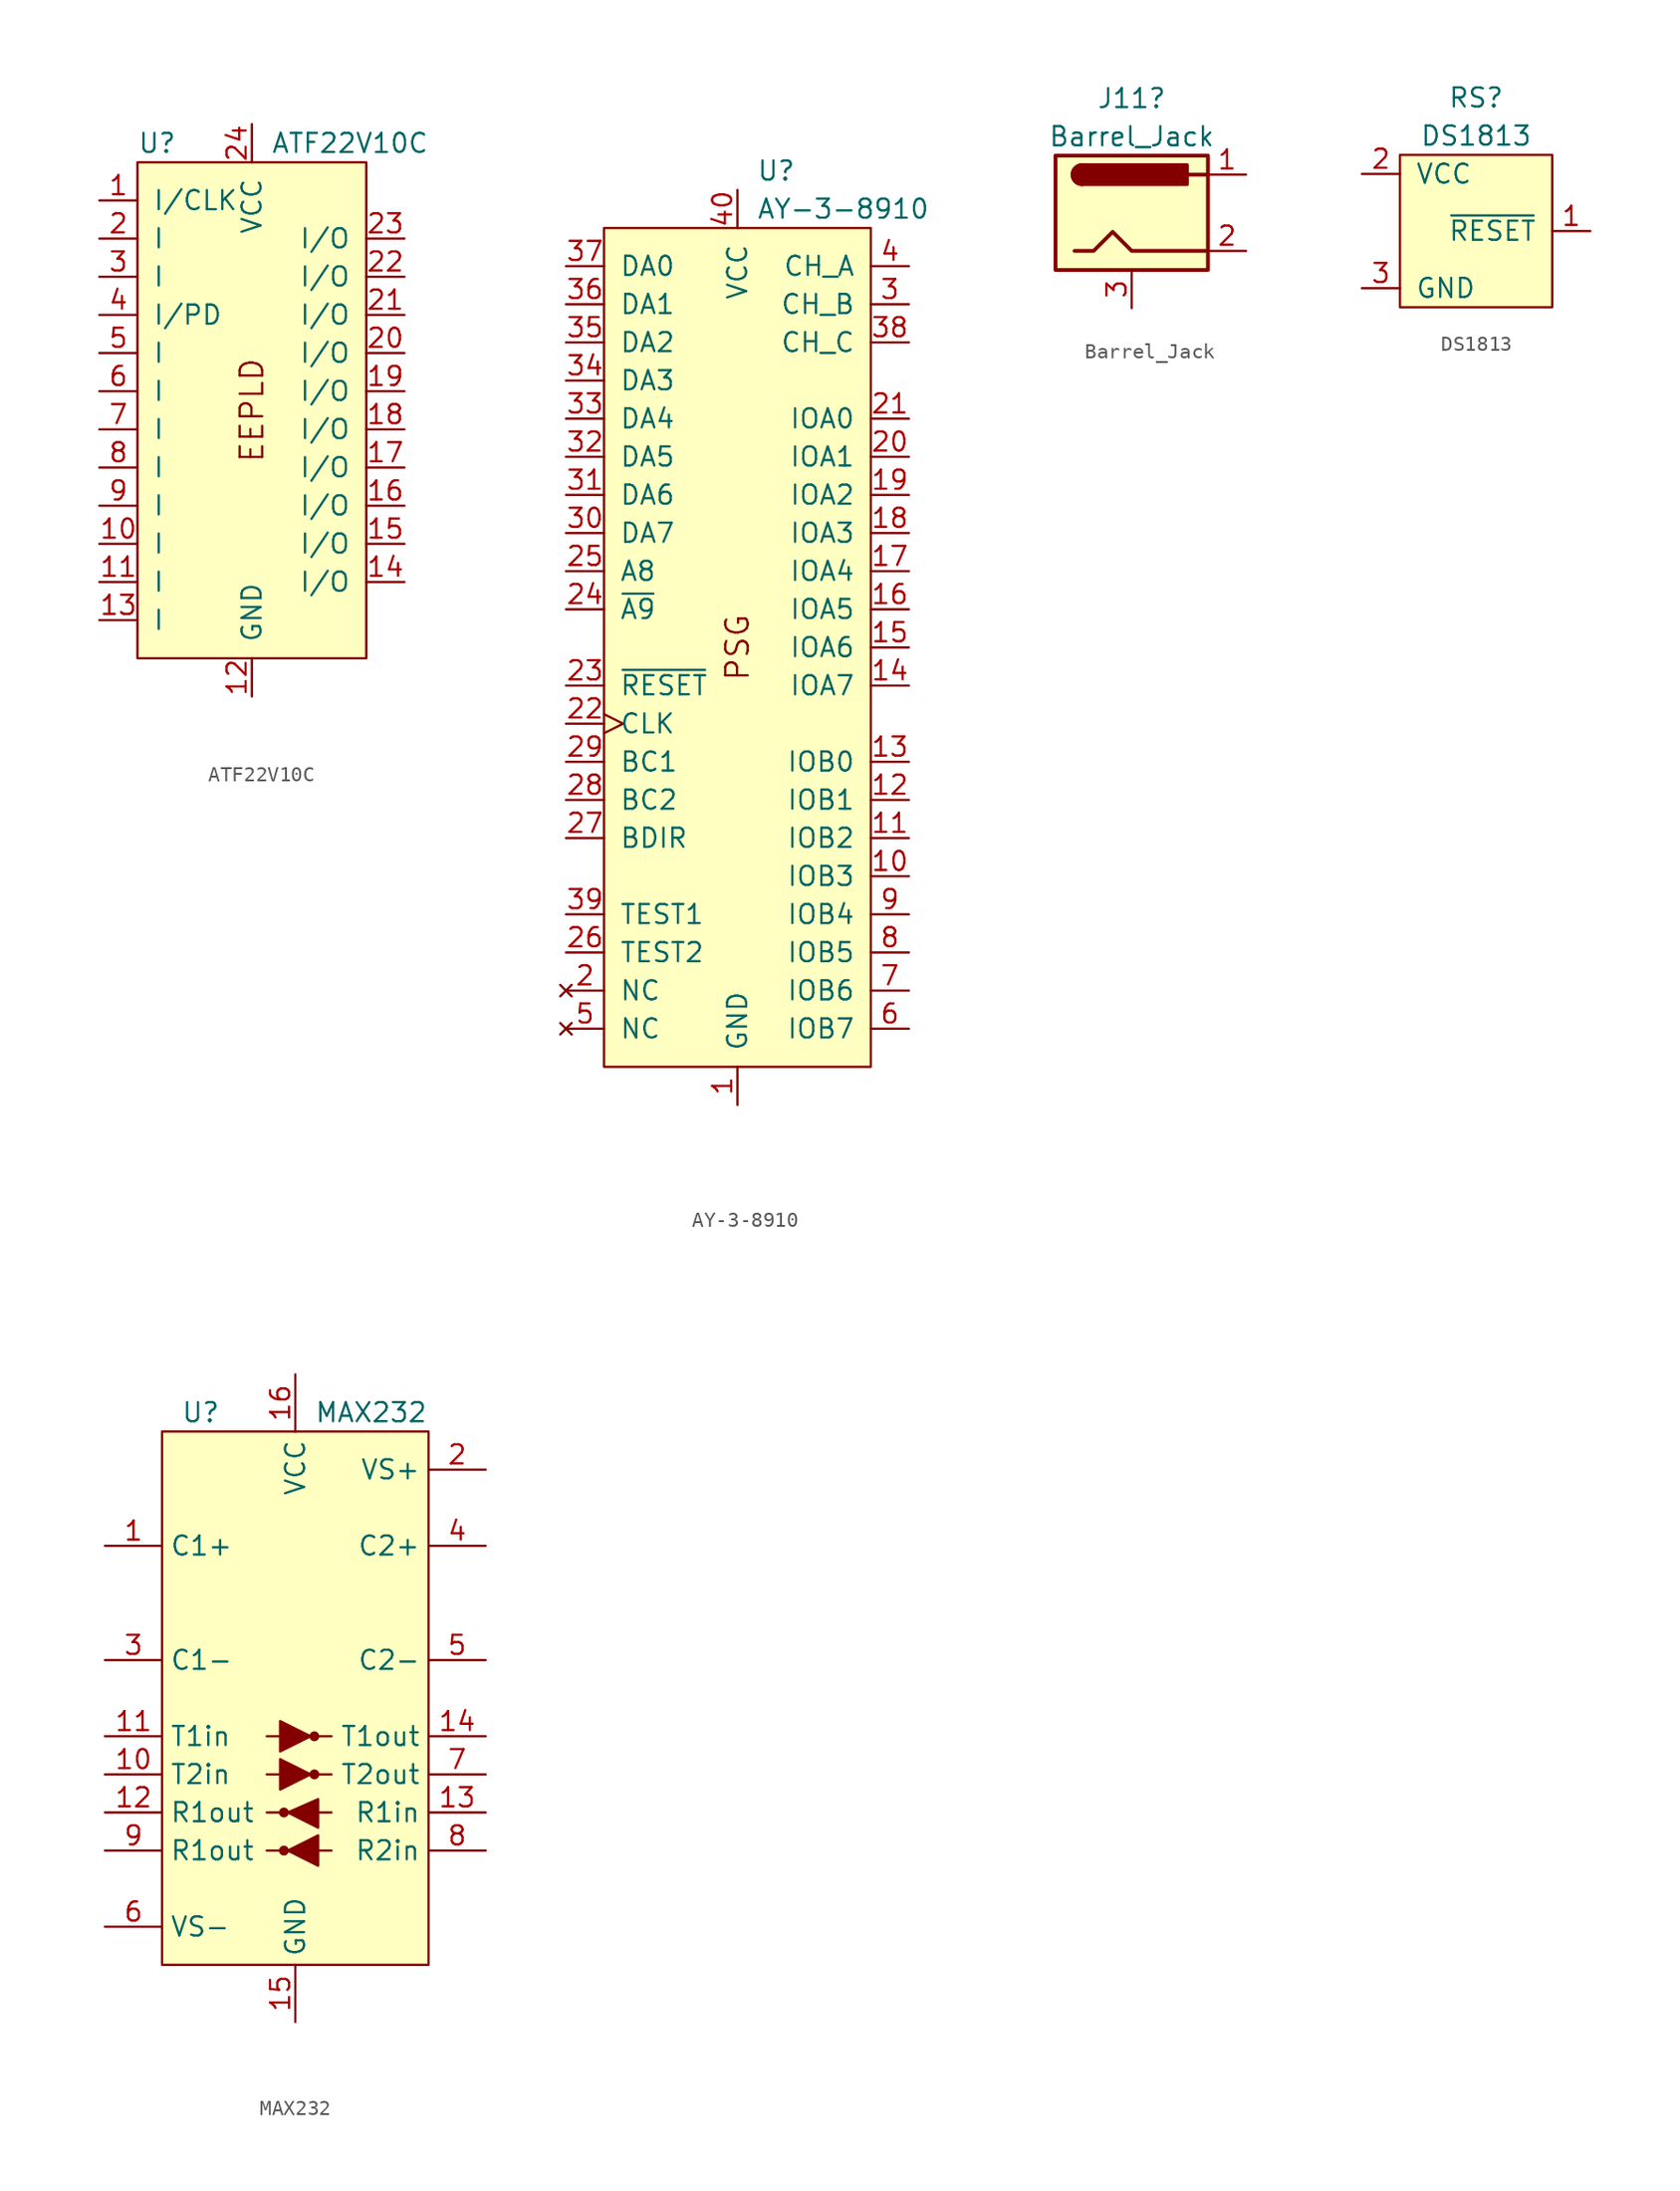
<source format=kicad_sym>
(kicad_symbol_lib
  (version 20220914)
  (generator kicad_symbol_editor)
  (symbol "ATF22V10C"
    (pin_names
      (offset 1.016))
    (property "Reference" "U"
      (at -7.62 0 0)
      (effects (font (size 1.27 1.27)) (justify left)))
    (property "Value" "ATF22V10C"
      (at 1.27 0 0)
      (effects (font (size 1.27 1.27)) (justify left)))
    (symbol "ATF22V10C_0_0"
      (text "EEPLD" (at 0 -17.78 900) (effects (font (size 1.499 1.499)))))
    (symbol "ATF22V10C_0_1"
      (rectangle (start -7.62 -1.27) (end 7.62 -34.29) (stroke (width 0) (type default)) (fill (type background))))
    (symbol "ATF22V10C_1_1"
      (pin input line (at -10.16 -3.81 0) (length 2.54) (name "I/CLK" (effects (font (size 1.27 1.27)))) (number "1" (effects (font (size 1.27 1.27)))))
      (pin input line (at -10.16 -26.67 0) (length 2.54) (name "I" (effects (font (size 1.27 1.27)))) (number "10" (effects (font (size 1.27 1.27)))))
      (pin input line (at -10.16 -29.21 0) (length 2.54) (name "I" (effects (font (size 1.27 1.27)))) (number "11" (effects (font (size 1.27 1.27)))))
      (pin power_in line (at 0 -36.83 90) (length 2.54) (name "GND" (effects (font (size 1.27 1.27)))) (number "12" (effects (font (size 1.27 1.27)))))
      (pin input line (at -10.16 -31.75 0) (length 2.54) (name "I" (effects (font (size 1.27 1.27)))) (number "13" (effects (font (size 1.27 1.27)))))
      (pin bidirectional line (at 10.16 -29.21 180) (length 2.54) (name "I/O" (effects (font (size 1.27 1.27)))) (number "14" (effects (font (size 1.27 1.27)))))
      (pin bidirectional line (at 10.16 -26.67 180) (length 2.54) (name "I/O" (effects (font (size 1.27 1.27)))) (number "15" (effects (font (size 1.27 1.27)))))
      (pin bidirectional line (at 10.16 -24.13 180) (length 2.54) (name "I/O" (effects (font (size 1.27 1.27)))) (number "16" (effects (font (size 1.27 1.27)))))
      (pin bidirectional line (at 10.16 -21.59 180) (length 2.54) (name "I/O" (effects (font (size 1.27 1.27)))) (number "17" (effects (font (size 1.27 1.27)))))
      (pin bidirectional line (at 10.16 -19.05 180) (length 2.54) (name "I/O" (effects (font (size 1.27 1.27)))) (number "18" (effects (font (size 1.27 1.27)))))
      (pin bidirectional line (at 10.16 -16.51 180) (length 2.54) (name "I/O" (effects (font (size 1.27 1.27)))) (number "19" (effects (font (size 1.27 1.27)))))
      (pin input line (at -10.16 -6.35 0) (length 2.54) (name "I" (effects (font (size 1.27 1.27)))) (number "2" (effects (font (size 1.27 1.27)))))
      (pin bidirectional line (at 10.16 -13.97 180) (length 2.54) (name "I/O" (effects (font (size 1.27 1.27)))) (number "20" (effects (font (size 1.27 1.27)))))
      (pin bidirectional line (at 10.16 -11.43 180) (length 2.54) (name "I/O" (effects (font (size 1.27 1.27)))) (number "21" (effects (font (size 1.27 1.27)))))
      (pin bidirectional line (at 10.16 -8.89 180) (length 2.54) (name "I/O" (effects (font (size 1.27 1.27)))) (number "22" (effects (font (size 1.27 1.27)))))
      (pin bidirectional line (at 10.16 -6.35 180) (length 2.54) (name "I/O" (effects (font (size 1.27 1.27)))) (number "23" (effects (font (size 1.27 1.27)))))
      (pin power_in line (at 0 1.27 270) (length 2.54) (name "VCC" (effects (font (size 1.27 1.27)))) (number "24" (effects (font (size 1.27 1.27)))))
      (pin input line (at -10.16 -8.89 0) (length 2.54) (name "I" (effects (font (size 1.27 1.27)))) (number "3" (effects (font (size 1.27 1.27)))))
      (pin input line (at -10.16 -11.43 0) (length 2.54) (name "I/PD" (effects (font (size 1.27 1.27)))) (number "4" (effects (font (size 1.27 1.27)))))
      (pin input line (at -10.16 -13.97 0) (length 2.54) (name "I" (effects (font (size 1.27 1.27)))) (number "5" (effects (font (size 1.27 1.27)))))
      (pin input line (at -10.16 -16.51 0) (length 2.54) (name "I" (effects (font (size 1.27 1.27)))) (number "6" (effects (font (size 1.27 1.27)))))
      (pin input line (at -10.16 -19.05 0) (length 2.54) (name "I" (effects (font (size 1.27 1.27)))) (number "7" (effects (font (size 1.27 1.27)))))
      (pin input line (at -10.16 -21.59 0) (length 2.54) (name "I" (effects (font (size 1.27 1.27)))) (number "8" (effects (font (size 1.27 1.27)))))
      (pin input line (at -10.16 -24.13 0) (length 2.54) (name "I" (effects (font (size 1.27 1.27)))) (number "9" (effects (font (size 1.27 1.27)))))))
  (symbol "AY-3-8910"
    (pin_names
      (offset 1.016))
    (property "Reference" "U"
      (at 1.27 2.54 0)
      (effects (font (size 1.27 1.27)) (justify left)))
    (property "Value" "AY-3-8910"
      (at 1.27 0 0)
      (effects (font (size 1.27 1.27)) (justify left)))
    (symbol "AY-3-8910_0_0"
      (text "PSG" (at 0 -29.21 900) (effects (font (size 1.499 1.499)))))
    (symbol "AY-3-8910_0_1"
      (rectangle (start -8.89 -1.27) (end 8.89 -57.15) (stroke (width 0) (type default)) (fill (type background))))
    (symbol "AY-3-8910_1_1"
      (pin power_in line (at 0 -59.69 90) (length 2.54) (name "GND" (effects (font (size 1.27 1.27)))) (number "1" (effects (font (size 1.27 1.27)))))
      (pin bidirectional line (at 11.43 -44.45 180) (length 2.54) (name "IOB3" (effects (font (size 1.27 1.27)))) (number "10" (effects (font (size 1.27 1.27)))))
      (pin bidirectional line (at 11.43 -41.91 180) (length 2.54) (name "IOB2" (effects (font (size 1.27 1.27)))) (number "11" (effects (font (size 1.27 1.27)))))
      (pin bidirectional line (at 11.43 -39.37 180) (length 2.54) (name "IOB1" (effects (font (size 1.27 1.27)))) (number "12" (effects (font (size 1.27 1.27)))))
      (pin bidirectional line (at 11.43 -36.83 180) (length 2.54) (name "IOB0" (effects (font (size 1.27 1.27)))) (number "13" (effects (font (size 1.27 1.27)))))
      (pin bidirectional line (at 11.43 -31.75 180) (length 2.54) (name "IOA7" (effects (font (size 1.27 1.27)))) (number "14" (effects (font (size 1.27 1.27)))))
      (pin bidirectional line (at 11.43 -29.21 180) (length 2.54) (name "IOA6" (effects (font (size 1.27 1.27)))) (number "15" (effects (font (size 1.27 1.27)))))
      (pin bidirectional line (at 11.43 -26.67 180) (length 2.54) (name "IOA5" (effects (font (size 1.27 1.27)))) (number "16" (effects (font (size 1.27 1.27)))))
      (pin bidirectional line (at 11.43 -24.13 180) (length 2.54) (name "IOA4" (effects (font (size 1.27 1.27)))) (number "17" (effects (font (size 1.27 1.27)))))
      (pin bidirectional line (at 11.43 -21.59 180) (length 2.54) (name "IOA3" (effects (font (size 1.27 1.27)))) (number "18" (effects (font (size 1.27 1.27)))))
      (pin bidirectional line (at 11.43 -19.05 180) (length 2.54) (name "IOA2" (effects (font (size 1.27 1.27)))) (number "19" (effects (font (size 1.27 1.27)))))
      (pin no_connect line (at -11.43 -52.07 0) (length 2.54) (name "NC" (effects (font (size 1.27 1.27)))) (number "2" (effects (font (size 1.27 1.27)))))
      (pin bidirectional line (at 11.43 -16.51 180) (length 2.54) (name "IOA1" (effects (font (size 1.27 1.27)))) (number "20" (effects (font (size 1.27 1.27)))))
      (pin bidirectional line (at 11.43 -13.97 180) (length 2.54) (name "IOA0" (effects (font (size 1.27 1.27)))) (number "21" (effects (font (size 1.27 1.27)))))
      (pin input clock (at -11.43 -34.29 0) (length 2.54) (name "CLK" (effects (font (size 1.27 1.27)))) (number "22" (effects (font (size 1.27 1.27)))))
      (pin input line (at -11.43 -31.75 0) (length 2.54) (name "~{RESET}" (effects (font (size 1.27 1.27)))) (number "23" (effects (font (size 1.27 1.27)))))
      (pin input line (at -11.43 -26.67 0) (length 2.54) (name "~{A9}" (effects (font (size 1.27 1.27)))) (number "24" (effects (font (size 1.27 1.27)))))
      (pin input line (at -11.43 -24.13 0) (length 2.54) (name "A8" (effects (font (size 1.27 1.27)))) (number "25" (effects (font (size 1.27 1.27)))))
      (pin unspecified line (at -11.43 -49.53 0) (length 2.54) (name "TEST2" (effects (font (size 1.27 1.27)))) (number "26" (effects (font (size 1.27 1.27)))))
      (pin input line (at -11.43 -41.91 0) (length 2.54) (name "BDIR" (effects (font (size 1.27 1.27)))) (number "27" (effects (font (size 1.27 1.27)))))
      (pin input line (at -11.43 -39.37 0) (length 2.54) (name "BC2" (effects (font (size 1.27 1.27)))) (number "28" (effects (font (size 1.27 1.27)))))
      (pin input line (at -11.43 -36.83 0) (length 2.54) (name "BC1" (effects (font (size 1.27 1.27)))) (number "29" (effects (font (size 1.27 1.27)))))
      (pin passive line (at 11.43 -6.35 180) (length 2.54) (name "CH_B" (effects (font (size 1.27 1.27)))) (number "3" (effects (font (size 1.27 1.27)))))
      (pin bidirectional line (at -11.43 -21.59 0) (length 2.54) (name "DA7" (effects (font (size 1.27 1.27)))) (number "30" (effects (font (size 1.27 1.27)))))
      (pin bidirectional line (at -11.43 -19.05 0) (length 2.54) (name "DA6" (effects (font (size 1.27 1.27)))) (number "31" (effects (font (size 1.27 1.27)))))
      (pin bidirectional line (at -11.43 -16.51 0) (length 2.54) (name "DA5" (effects (font (size 1.27 1.27)))) (number "32" (effects (font (size 1.27 1.27)))))
      (pin bidirectional line (at -11.43 -13.97 0) (length 2.54) (name "DA4" (effects (font (size 1.27 1.27)))) (number "33" (effects (font (size 1.27 1.27)))))
      (pin bidirectional line (at -11.43 -11.43 0) (length 2.54) (name "DA3" (effects (font (size 1.27 1.27)))) (number "34" (effects (font (size 1.27 1.27)))))
      (pin bidirectional line (at -11.43 -8.89 0) (length 2.54) (name "DA2" (effects (font (size 1.27 1.27)))) (number "35" (effects (font (size 1.27 1.27)))))
      (pin bidirectional line (at -11.43 -6.35 0) (length 2.54) (name "DA1" (effects (font (size 1.27 1.27)))) (number "36" (effects (font (size 1.27 1.27)))))
      (pin bidirectional line (at -11.43 -3.81 0) (length 2.54) (name "DA0" (effects (font (size 1.27 1.27)))) (number "37" (effects (font (size 1.27 1.27)))))
      (pin passive line (at 11.43 -8.89 180) (length 2.54) (name "CH_C" (effects (font (size 1.27 1.27)))) (number "38" (effects (font (size 1.27 1.27)))))
      (pin unspecified line (at -11.43 -46.99 0) (length 2.54) (name "TEST1" (effects (font (size 1.27 1.27)))) (number "39" (effects (font (size 1.27 1.27)))))
      (pin passive line (at 11.43 -3.81 180) (length 2.54) (name "CH_A" (effects (font (size 1.27 1.27)))) (number "4" (effects (font (size 1.27 1.27)))))
      (pin power_in line (at 0 1.27 270) (length 2.54) (name "VCC" (effects (font (size 1.27 1.27)))) (number "40" (effects (font (size 1.27 1.27)))))
      (pin no_connect line (at -11.43 -54.61 0) (length 2.54) (name "NC" (effects (font (size 1.27 1.27)))) (number "5" (effects (font (size 1.27 1.27)))))
      (pin bidirectional line (at 11.43 -54.61 180) (length 2.54) (name "IOB7" (effects (font (size 1.27 1.27)))) (number "6" (effects (font (size 1.27 1.27)))))
      (pin bidirectional line (at 11.43 -52.07 180) (length 2.54) (name "IOB6" (effects (font (size 1.27 1.27)))) (number "7" (effects (font (size 1.27 1.27)))))
      (pin bidirectional line (at 11.43 -49.53 180) (length 2.54) (name "IOB5" (effects (font (size 1.27 1.27)))) (number "8" (effects (font (size 1.27 1.27)))))
      (pin bidirectional line (at 11.43 -46.99 180) (length 2.54) (name "IOB4" (effects (font (size 1.27 1.27)))) (number "9" (effects (font (size 1.27 1.27)))))))
  (symbol "Barrel_Jack"
    (pin_names
      (offset 1.016))
    (property "Reference" "J11"
      (at 0 7.62 0)
      (effects (font (size 1.27 1.27))))
    (property "Value" "Barrel_Jack"
      (at 0 5.08 0)
      (effects (font (size 1.27 1.27))))
    (symbol "Barrel_Jack_0_1"
      (rectangle (start -5.08 3.81) (end 5.08 -3.81) (stroke (width 0.254) (type default)) (fill (type background)))
      (arc (start -3.302 3.175) (mid -3.9343 2.54) (end -3.302 1.905) (stroke (width 0.254) (type default)) (fill (type none)))
      (arc (start -3.302 3.175) (mid -3.9343 2.54) (end -3.302 1.905) (stroke (width 0.254) (type default)) (fill (type outline)))
      (polyline (pts (xy 5.08 2.54) (xy 3.81 2.54)) (stroke (width 0.254) (type default)) (fill (type none)))
      (polyline (pts (xy -3.81 -2.54) (xy -2.54 -2.54) (xy -1.27 -1.27) (xy 0 -2.54) (xy 2.54 -2.54) (xy 5.08 -2.54)) (stroke (width 0.254) (type default)) (fill (type none)))
      (rectangle (start 3.683 3.175) (end -3.302 1.905) (stroke (width 0.254) (type default)) (fill (type outline))))
    (symbol "Barrel_Jack_1_1"
      (pin passive line (at 7.62 2.54 180) (length 2.54) (name "~" (effects (font (size 1.27 1.27)))) (number "1" (effects (font (size 1.27 1.27)))))
      (pin passive line (at 7.62 -2.54 180) (length 2.54) (name "~" (effects (font (size 1.27 1.27)))) (number "2" (effects (font (size 1.27 1.27)))))
      (pin passive line (at 0 -6.35 90) (length 2.54) (name "" (effects (font (size 1.27 1.27)))) (number "3" (effects (font (size 1.27 1.27)))))))
  (symbol "DS1813"
    (pin_names
      (offset 1.016))
    (property "Reference" "RS"
      (at 0 2.54 0)
      (effects (font (size 1.27 1.27))))
    (property "Value" "DS1813"
      (at 0 0 0)
      (effects (font (size 1.27 1.27))))
    (symbol "DS1813_0_1"
      (rectangle (start 5.08 -1.27) (end -5.08 -11.43) (stroke (width 0) (type default)) (fill (type background))))
    (symbol "DS1813_1_1"
      (pin output line (at 7.62 -6.35 180) (length 2.54) (name "~{RESET}" (effects (font (size 1.27 1.27)))) (number "1" (effects (font (size 1.27 1.27)))))
      (pin input line (at -7.62 -2.54 0) (length 2.54) (name "VCC" (effects (font (size 1.27 1.27)))) (number "2" (effects (font (size 1.27 1.27)))))
      (pin power_in line (at -7.62 -10.16 0) (length 2.54) (name "GND" (effects (font (size 1.27 1.27)))) (number "3" (effects (font (size 1.27 1.27)))))))
  (symbol "MAX232"
    (property "Reference" "U"
      (at -7.62 0 0)
      (effects (font (size 1.27 1.27)) (justify left)))
    (property "Value" "MAX232"
      (at 1.27 0 0)
      (effects (font (size 1.27 1.27)) (justify left)))
    (symbol "MAX232_0_1"
      (rectangle (start -8.89 -1.27) (end 8.89 -36.83) (stroke (width 0.152) (type default)) (fill (type background)))
      (circle (center -0.762 -29.21) (radius 0.254) (stroke (width 0.152) (type default)) (fill (type outline)))
      (circle (center -0.762 -26.67) (radius 0.254) (stroke (width 0.152) (type default)) (fill (type outline)))
      (polyline (pts (xy -1.016 -24.13) (xy -1.905 -24.13)) (stroke (width 0.152) (type default)) (fill (type none)))
      (polyline (pts (xy -1.016 -21.59) (xy -1.905 -21.59)) (stroke (width 0.152) (type default)) (fill (type none)))
      (polyline (pts (xy -0.508 -29.21) (xy -1.905 -29.21)) (stroke (width 0.152) (type default)) (fill (type none)))
      (polyline (pts (xy -0.508 -26.67) (xy -1.905 -26.67)) (stroke (width 0.152) (type default)) (fill (type none)))
      (polyline (pts (xy 1.016 -24.13) (xy 2.413 -24.13)) (stroke (width 0.152) (type default)) (fill (type none)))
      (polyline (pts (xy 1.016 -21.59) (xy 2.413 -21.59)) (stroke (width 0.152) (type default)) (fill (type none)))
      (polyline (pts (xy 1.524 -29.21) (xy 2.413 -29.21)) (stroke (width 0.152) (type default)) (fill (type none)))
      (polyline (pts (xy 1.524 -26.67) (xy 2.413 -26.67)) (stroke (width 0.152) (type default)) (fill (type none)))
      (polyline (pts (xy -1.016 -23.114) (xy 1.016 -24.13) (xy -1.016 -25.146) (xy -1.016 -23.114)) (stroke (width 0.152) (type default)) (fill (type outline)))
      (polyline (pts (xy -1.016 -20.574) (xy -1.016 -22.606) (xy 1.016 -21.59) (xy -1.016 -20.574)) (stroke (width 0.152) (type default)) (fill (type outline)))
      (polyline (pts (xy 1.524 -28.194) (xy 1.524 -30.226) (xy -0.508 -29.21) (xy 1.524 -28.194)) (stroke (width 0.152) (type default)) (fill (type outline)))
      (polyline (pts (xy 1.524 -25.781) (xy 1.524 -27.686) (xy -0.508 -26.67) (xy 1.524 -25.781)) (stroke (width 0.152) (type default)) (fill (type outline)))
      (circle (center 1.27 -24.13) (radius 0.254) (stroke (width 0.152) (type default)) (fill (type outline)))
      (circle (center 1.27 -21.59) (radius 0.254) (stroke (width 0.152) (type default)) (fill (type outline))))
    (symbol "MAX232_1_1"
      (pin passive line (at -12.7 -8.89 0) (length 3.81) (name "C1+" (effects (font (size 1.27 1.27)))) (number "1" (effects (font (size 1.27 1.27)))))
      (pin input line (at -12.7 -24.13 0) (length 3.81) (name "T2in" (effects (font (size 1.27 1.27)))) (number "10" (effects (font (size 1.27 1.27)))))
      (pin input line (at -12.7 -21.59 0) (length 3.81) (name "T1in" (effects (font (size 1.27 1.27)))) (number "11" (effects (font (size 1.27 1.27)))))
      (pin output line (at -12.7 -26.67 0) (length 3.81) (name "R1out" (effects (font (size 1.27 1.27)))) (number "12" (effects (font (size 1.27 1.27)))))
      (pin input line (at 12.7 -26.67 180) (length 3.81) (name "R1in" (effects (font (size 1.27 1.27)))) (number "13" (effects (font (size 1.27 1.27)))))
      (pin output line (at 12.7 -21.59 180) (length 3.81) (name "T1out" (effects (font (size 1.27 1.27)))) (number "14" (effects (font (size 1.27 1.27)))))
      (pin power_in line (at 0 -40.64 90) (length 3.81) (name "GND" (effects (font (size 1.27 1.27)))) (number "15" (effects (font (size 1.27 1.27)))))
      (pin power_in line (at 0 2.54 270) (length 3.81) (name "VCC" (effects (font (size 1.27 1.27)))) (number "16" (effects (font (size 1.27 1.27)))))
      (pin power_out line (at 12.7 -3.81 180) (length 3.81) (name "VS+" (effects (font (size 1.27 1.27)))) (number "2" (effects (font (size 1.27 1.27)))))
      (pin passive line (at -12.7 -16.51 0) (length 3.81) (name "C1-" (effects (font (size 1.27 1.27)))) (number "3" (effects (font (size 1.27 1.27)))))
      (pin passive line (at 12.7 -8.89 180) (length 3.81) (name "C2+" (effects (font (size 1.27 1.27)))) (number "4" (effects (font (size 1.27 1.27)))))
      (pin passive line (at 12.7 -16.51 180) (length 3.81) (name "C2-" (effects (font (size 1.27 1.27)))) (number "5" (effects (font (size 1.27 1.27)))))
      (pin power_out line (at -12.7 -34.29 0) (length 3.81) (name "VS-" (effects (font (size 1.27 1.27)))) (number "6" (effects (font (size 1.27 1.27)))))
      (pin output line (at 12.7 -24.13 180) (length 3.81) (name "T2out" (effects (font (size 1.27 1.27)))) (number "7" (effects (font (size 1.27 1.27)))))
      (pin input line (at 12.7 -29.21 180) (length 3.81) (name "R2in" (effects (font (size 1.27 1.27)))) (number "8" (effects (font (size 1.27 1.27)))))
      (pin output line (at -12.7 -29.21 0) (length 3.81) (name "R1out" (effects (font (size 1.27 1.27)))) (number "9" (effects (font (size 1.27 1.27))))))))
</source>
